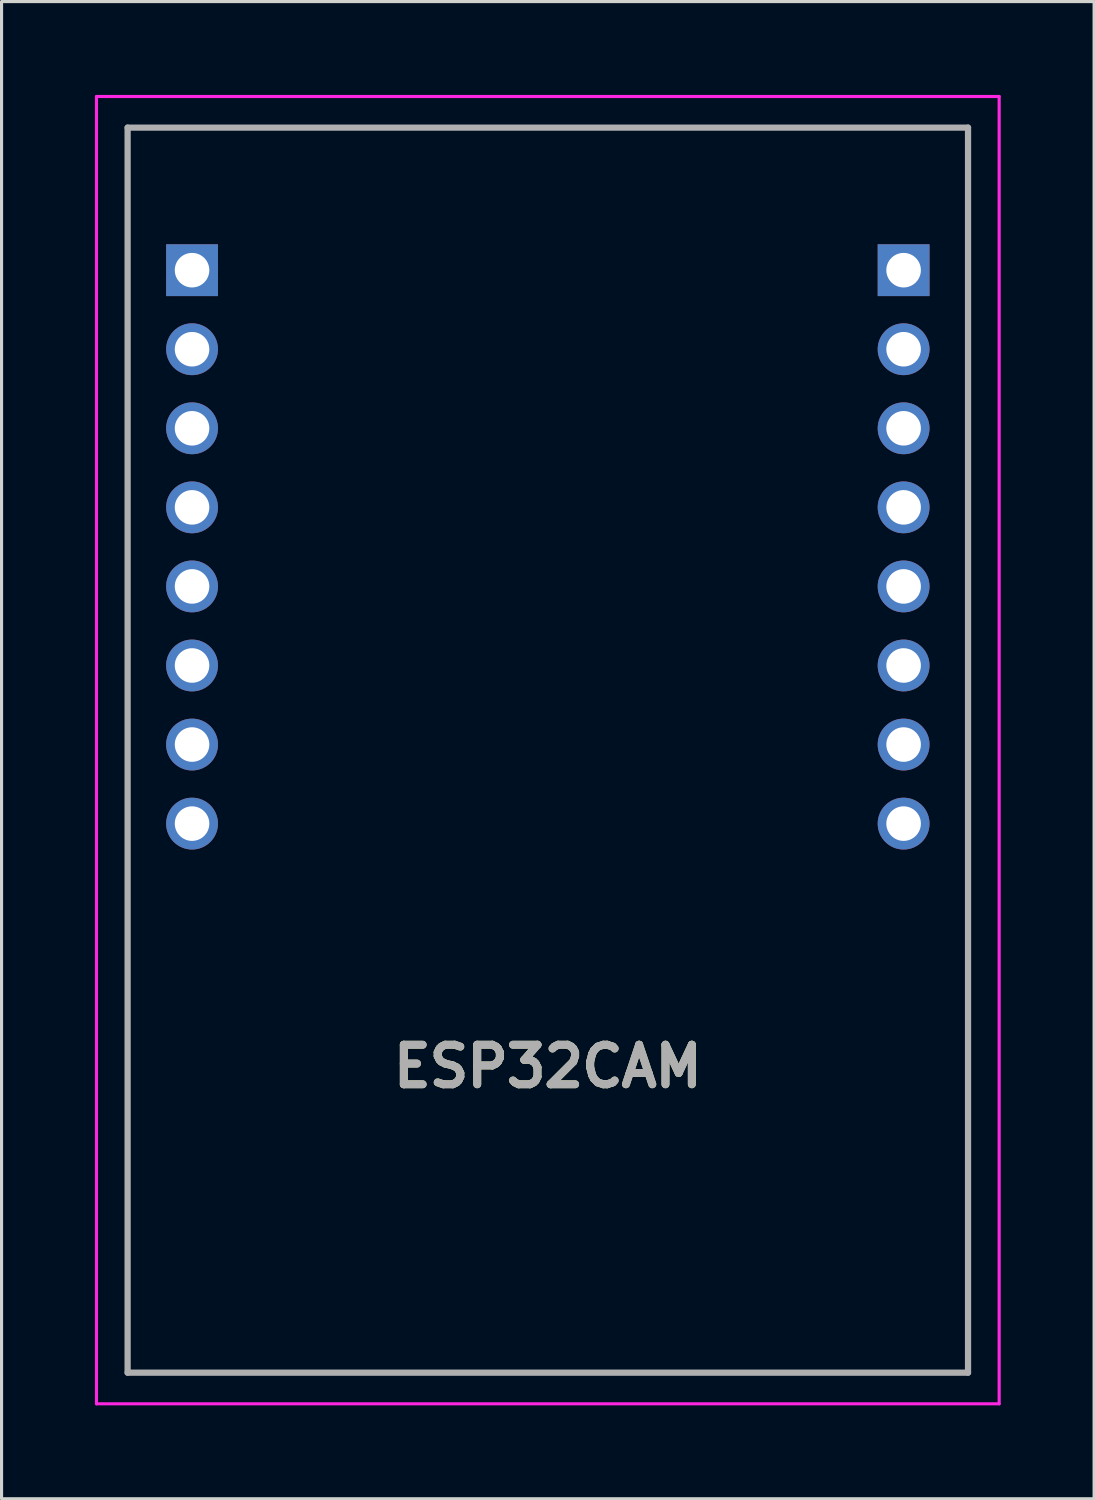
<source format=kicad_pcb>
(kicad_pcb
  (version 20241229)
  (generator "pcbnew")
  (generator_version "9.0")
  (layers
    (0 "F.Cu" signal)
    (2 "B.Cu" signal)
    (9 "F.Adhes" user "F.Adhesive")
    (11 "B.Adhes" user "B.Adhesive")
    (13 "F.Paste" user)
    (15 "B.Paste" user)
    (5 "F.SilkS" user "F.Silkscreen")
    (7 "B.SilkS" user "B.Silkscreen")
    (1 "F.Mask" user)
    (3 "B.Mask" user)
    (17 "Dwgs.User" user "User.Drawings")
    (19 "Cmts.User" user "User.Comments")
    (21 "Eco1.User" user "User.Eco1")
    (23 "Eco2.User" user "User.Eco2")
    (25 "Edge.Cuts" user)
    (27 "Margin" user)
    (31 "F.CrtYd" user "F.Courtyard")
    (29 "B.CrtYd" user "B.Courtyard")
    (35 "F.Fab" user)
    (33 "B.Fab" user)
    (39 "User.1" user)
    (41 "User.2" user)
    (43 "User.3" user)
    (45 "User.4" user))
  (footprint "ESP32CAM"
    (layer "F.Cu")
    (at 3.12 23.41)
    (property "Reference" "ESP32CAM" (at 11.43 7.8 0) (layer "F.SilkS") (effects (font (size 1.27 1.27) (thickness 0.254))))
    (attr through_hole)
    (fp_line (start -2.07 -22.36) (end -2.07 17.64) (stroke (width 0.1) (type solid)) (layer "F.SilkS"))
    (fp_line (start -2.07 17.64) (end 24.93 17.64) (stroke (width 0.1) (type solid)) (layer "F.SilkS"))
    (fp_line (start 24.93 -22.36) (end -2.07 -22.36) (stroke (width 0.1) (type solid)) (layer "F.SilkS"))
    (fp_line (start 24.93 17.64) (end 24.93 -22.36) (stroke (width 0.1) (type solid)) (layer "F.SilkS"))
    (fp_line (start -3.07 -23.36) (end -3.07 18.64) (stroke (width 0.1) (type solid)) (layer "F.CrtYd"))
    (fp_line (start -3.07 18.64) (end 25.93 18.64) (stroke (width 0.1) (type solid)) (layer "F.CrtYd"))
    (fp_line (start 25.93 -23.36) (end -3.07 -23.36) (stroke (width 0.1) (type solid)) (layer "F.CrtYd"))
    (fp_line (start 25.93 18.64) (end 25.93 -23.36) (stroke (width 0.1) (type solid)) (layer "F.CrtYd"))
    (fp_line (start -2.07 -22.36) (end -2.07 17.64) (stroke (width 0.2) (type solid)) (layer "F.Fab"))
    (fp_line (start -2.07 17.64) (end 24.93 17.64) (stroke (width 0.2) (type solid)) (layer "F.Fab"))
    (fp_line (start 24.93 -22.36) (end -2.07 -22.36) (stroke (width 0.2) (type solid)) (layer "F.Fab"))
    (fp_line (start 24.93 17.64) (end 24.93 -22.36) (stroke (width 0.2) (type solid)) (layer "F.Fab"))
    (fp_text user "${REFERENCE}" (at 11.43 7.8 0) (layer "F.Fab") (effects (font (size 1.27 1.27) (thickness 0.254))))
    (pad "1" thru_hole circle (at 0 0) (size 1.665 1.665) (drill 1.11) (layers "*.Cu" "*.Mask"))
    (pad "2" thru_hole circle (at 0 -2.54) (size 1.665 1.665) (drill 1.11) (layers "*.Cu" "*.Mask"))
    (pad "3" thru_hole circle (at 0 -5.08) (size 1.665 1.665) (drill 1.11) (layers "*.Cu" "*.Mask"))
    (pad "4" thru_hole circle (at 0 -7.62) (size 1.665 1.665) (drill 1.11) (layers "*.Cu" "*.Mask"))
    (pad "5" thru_hole circle (at 0 -10.16) (size 1.665 1.665) (drill 1.11) (layers "*.Cu" "*.Mask"))
    (pad "6" thru_hole circle (at 0 -12.7) (size 1.665 1.665) (drill 1.11) (layers "*.Cu" "*.Mask"))
    (pad "7" thru_hole circle (at 0 -15.24) (size 1.665 1.665) (drill 1.11) (layers "*.Cu" "*.Mask"))
    (pad "8" thru_hole rect (at 0 -17.78) (size 1.665 1.665) (drill 1.11) (layers "*.Cu" "*.Mask"))
    (pad "9" thru_hole rect (at 22.86 -17.78) (size 1.665 1.665) (drill 1.11) (layers "*.Cu" "*.Mask"))
    (pad "10" thru_hole circle (at 22.86 -15.24) (size 1.665 1.665) (drill 1.11) (layers "*.Cu" "*.Mask"))
    (pad "11" thru_hole circle (at 22.86 -12.7) (size 1.665 1.665) (drill 1.11) (layers "*.Cu" "*.Mask"))
    (pad "12" thru_hole circle (at 22.86 -10.16) (size 1.665 1.665) (drill 1.11) (layers "*.Cu" "*.Mask"))
    (pad "13" thru_hole circle (at 22.86 -7.62) (size 1.665 1.665) (drill 1.11) (layers "*.Cu" "*.Mask"))
    (pad "14" thru_hole circle (at 22.86 -5.08) (size 1.665 1.665) (drill 1.11) (layers "*.Cu" "*.Mask"))
    (pad "15" thru_hole circle (at 22.86 -2.54) (size 1.665 1.665) (drill 1.11) (layers "*.Cu" "*.Mask"))
    (pad "16" thru_hole circle (at 22.86 0) (size 1.665 1.665) (drill 1.11) (layers "*.Cu" "*.Mask")))
  (gr_rect
    (start -3 -3)
    (end 32.1 45.1)
    (stroke (width 0.1) (type default))
    (fill no)
    (layer "Edge.Cuts")))
</source>
